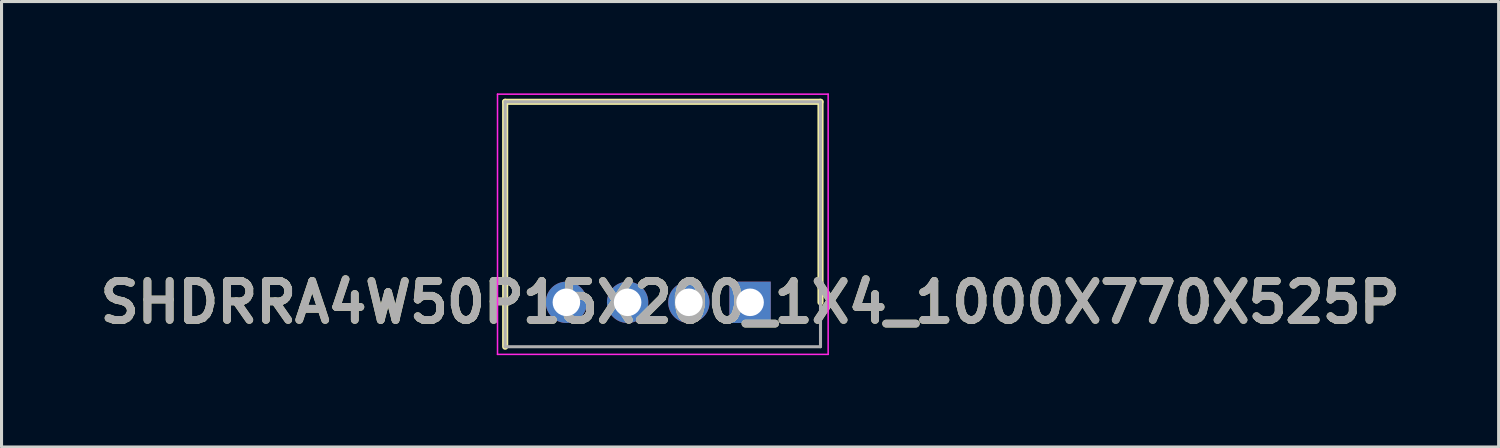
<source format=kicad_pcb>
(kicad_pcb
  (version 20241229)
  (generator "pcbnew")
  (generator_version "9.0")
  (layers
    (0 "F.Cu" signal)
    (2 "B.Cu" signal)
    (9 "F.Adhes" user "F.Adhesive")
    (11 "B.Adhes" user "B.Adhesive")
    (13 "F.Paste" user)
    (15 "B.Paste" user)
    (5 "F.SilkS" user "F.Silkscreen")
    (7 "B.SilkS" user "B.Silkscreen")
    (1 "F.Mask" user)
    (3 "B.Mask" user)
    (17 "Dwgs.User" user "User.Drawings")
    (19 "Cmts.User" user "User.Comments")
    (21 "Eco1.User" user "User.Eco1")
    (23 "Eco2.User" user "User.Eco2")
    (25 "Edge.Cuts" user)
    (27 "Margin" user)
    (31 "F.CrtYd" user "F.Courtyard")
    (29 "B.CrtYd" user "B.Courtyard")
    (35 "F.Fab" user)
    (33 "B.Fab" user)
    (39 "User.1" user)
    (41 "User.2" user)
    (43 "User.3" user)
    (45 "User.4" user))
  (footprint "SHDRRA4W50P15X200_1X4_1000X770X525P"
    (layer "F.Cu")
    (at 21.451 6.825)
    (property "Reference" "SHDRRA4W50P15X200_1X4_1000X770X525P" (at 0 0 0) (layer "F.SilkS") (effects (font (size 1.27 1.27) (thickness 0.254))))
    (attr through_hole)
    (fp_line (start -8 -6.55) (end -8 1.45) (stroke (width 0.2) (type solid)) (layer "F.SilkS"))
    (fp_line (start 2.3 -6.55) (end -8 -6.55) (stroke (width 0.2) (type solid)) (layer "F.SilkS"))
    (fp_line (start 2.3 0) (end 2.3 -6.55) (stroke (width 0.2) (type solid)) (layer "F.SilkS"))
    (fp_line (start -8.25 -6.8) (end 2.55 -6.8) (stroke (width 0.05) (type solid)) (layer "F.CrtYd"))
    (fp_line (start -8.25 1.7) (end -8.25 -6.8) (stroke (width 0.05) (type solid)) (layer "F.CrtYd"))
    (fp_line (start 2.55 -6.8) (end 2.55 1.7) (stroke (width 0.05) (type solid)) (layer "F.CrtYd"))
    (fp_line (start 2.55 1.7) (end -8.25 1.7) (stroke (width 0.05) (type solid)) (layer "F.CrtYd"))
    (fp_line (start -8 -6.55) (end 2.3 -6.55) (stroke (width 0.1) (type solid)) (layer "F.Fab"))
    (fp_line (start -8 1.45) (end -8 -6.55) (stroke (width 0.1) (type solid)) (layer "F.Fab"))
    (fp_line (start 2.3 -6.55) (end 2.3 1.45) (stroke (width 0.1) (type solid)) (layer "F.Fab"))
    (fp_line (start 2.3 1.45) (end -8 1.45) (stroke (width 0.1) (type solid)) (layer "F.Fab"))
    (fp_text user "${REFERENCE}" (at 0 0 0) (layer "F.Fab") (effects (font (size 1.27 1.27) (thickness 0.254))))
    (pad "1" thru_hole rect (at 0 0) (size 1.35 1.35) (drill 0.9) (layers "*.Cu" "*.Mask"))
    (pad "2" thru_hole circle (at -2 0) (size 1.35 1.35) (drill 0.9) (layers "*.Cu" "*.Mask"))
    (pad "3" thru_hole circle (at -4 0) (size 1.35 1.35) (drill 0.9) (layers "*.Cu" "*.Mask"))
    (pad "4" thru_hole circle (at -6 0) (size 1.35 1.35) (drill 0.9) (layers "*.Cu" "*.Mask")))
  (gr_rect
    (start -3 -3)
    (end 45.902 11.55)
    (stroke (width 0.1) (type default))
    (fill no)
    (layer "Edge.Cuts")))
</source>
